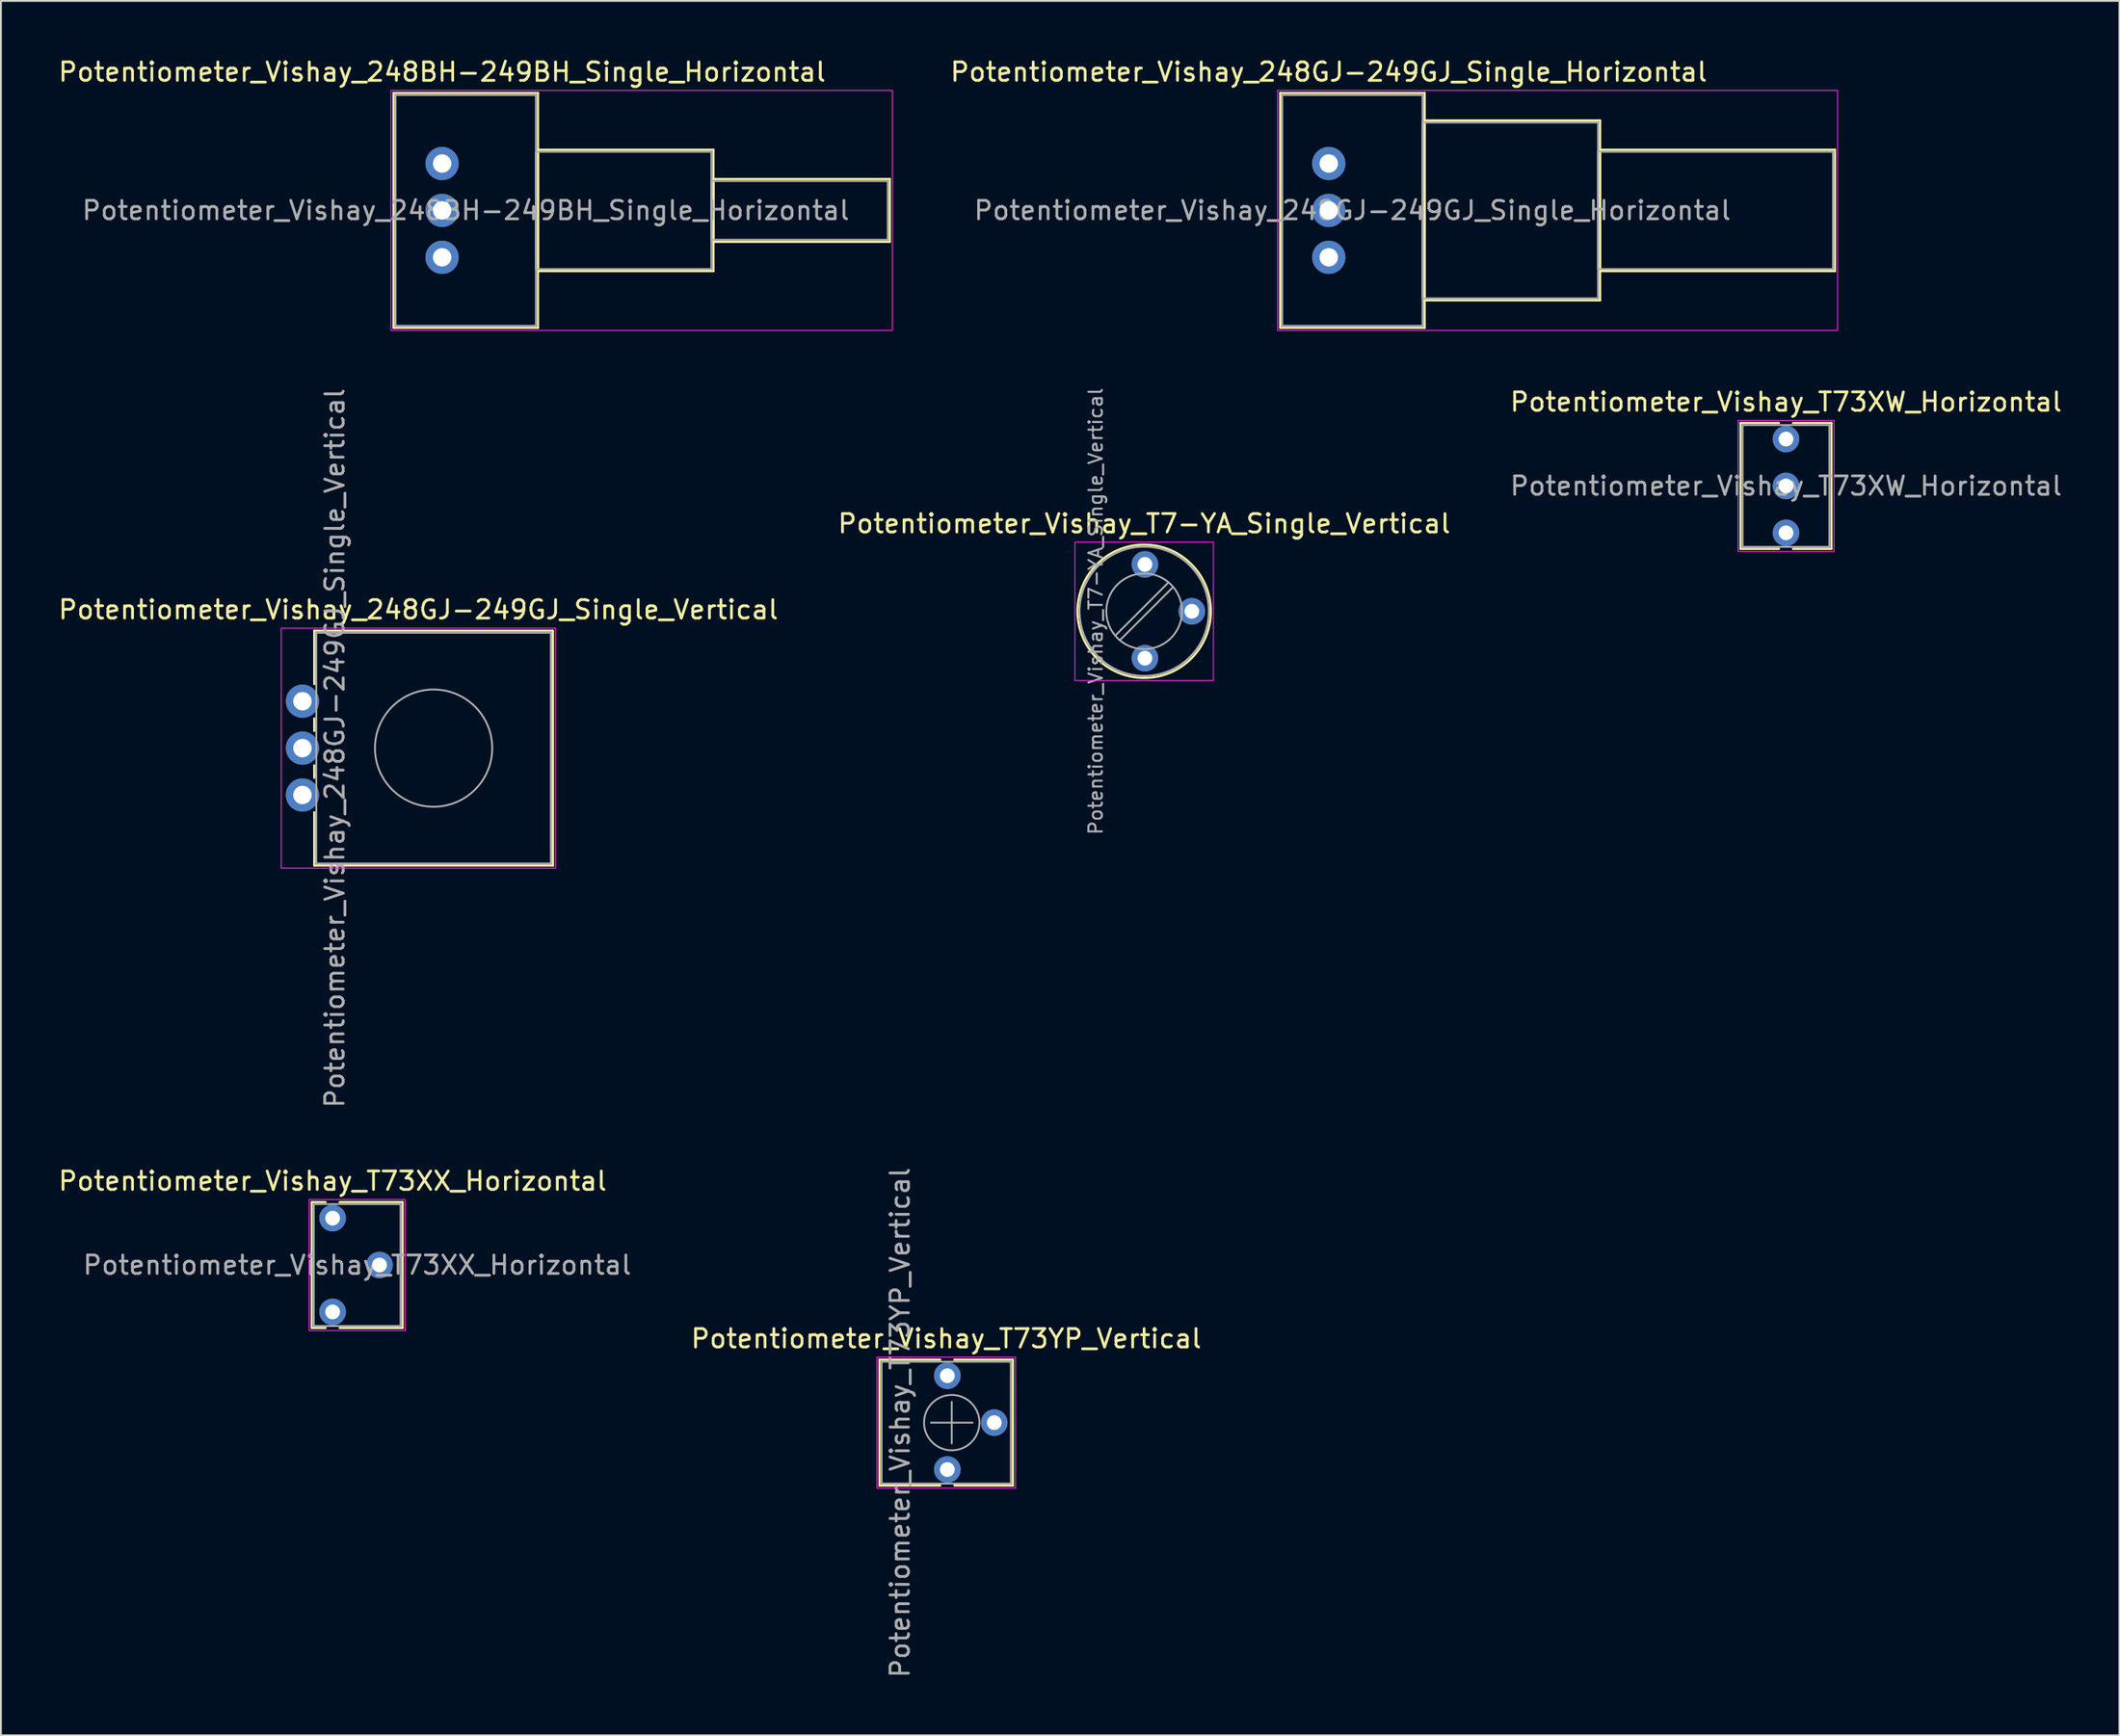
<source format=kicad_pcb>
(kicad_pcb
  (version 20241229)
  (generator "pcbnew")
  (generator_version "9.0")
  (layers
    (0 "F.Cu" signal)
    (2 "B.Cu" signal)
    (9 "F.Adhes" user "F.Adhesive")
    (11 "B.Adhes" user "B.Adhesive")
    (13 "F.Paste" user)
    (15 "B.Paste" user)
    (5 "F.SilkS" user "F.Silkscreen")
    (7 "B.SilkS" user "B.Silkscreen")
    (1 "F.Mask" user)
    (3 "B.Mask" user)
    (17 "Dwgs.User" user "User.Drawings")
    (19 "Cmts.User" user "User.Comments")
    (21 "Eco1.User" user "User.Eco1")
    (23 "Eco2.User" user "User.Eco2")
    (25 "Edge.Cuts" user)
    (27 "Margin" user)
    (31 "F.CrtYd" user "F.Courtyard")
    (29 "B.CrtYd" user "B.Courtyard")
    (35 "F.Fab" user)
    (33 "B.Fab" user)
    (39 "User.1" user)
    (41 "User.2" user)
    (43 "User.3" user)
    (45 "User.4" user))
  (footprint "Potentiometer_Vishay_248BH-249BH_Single_Horizontal"
    (layer "F.Cu")
    (at 20.887 10.888)
    (property "Reference" "Potentiometer_Vishay_248BH-249BH_Single_Horizontal" (at 0 -10.04 0) (layer "F.SilkS") (effects (font (size 1 1) (thickness 0.15))))
    (attr through_hole)
    (fp_line (start -2.63 -8.9) (end 5.19 -8.9) (stroke (width 0.12) (type solid)) (layer "F.SilkS"))
    (fp_line (start -2.63 3.82) (end -2.63 -8.9) (stroke (width 0.12) (type solid)) (layer "F.SilkS"))
    (fp_line (start 5.19 -8.9) (end 5.19 3.82) (stroke (width 0.12) (type solid)) (layer "F.SilkS"))
    (fp_line (start 5.19 -5.825) (end 14.69 -5.825) (stroke (width 0.12) (type solid)) (layer "F.SilkS"))
    (fp_line (start 5.19 0.745) (end 5.19 -5.825) (stroke (width 0.12) (type solid)) (layer "F.SilkS"))
    (fp_line (start 5.19 3.82) (end -2.63 3.82) (stroke (width 0.12) (type solid)) (layer "F.SilkS"))
    (fp_line (start 14.69 -5.825) (end 14.69 0.745) (stroke (width 0.12) (type solid)) (layer "F.SilkS"))
    (fp_line (start 14.69 -4.24) (end 24.24 -4.24) (stroke (width 0.12) (type solid)) (layer "F.SilkS"))
    (fp_line (start 14.69 -0.84) (end 14.69 -4.24) (stroke (width 0.12) (type solid)) (layer "F.SilkS"))
    (fp_line (start 14.69 0.745) (end 5.19 0.745) (stroke (width 0.12) (type solid)) (layer "F.SilkS"))
    (fp_line (start 24.24 -4.24) (end 24.24 -0.84) (stroke (width 0.12) (type solid)) (layer "F.SilkS"))
    (fp_line (start 24.24 -0.84) (end 14.69 -0.84) (stroke (width 0.12) (type solid)) (layer "F.SilkS"))
    (fp_rect (start -2.77 -9.04) (end 24.38 3.96) (stroke (width 0.05) (type solid)) (fill no) (layer "F.CrtYd"))
    (fp_rect (start -2.52 -8.79) (end 5.08 3.71) (stroke (width 0.1) (type solid)) (fill no) (layer "F.Fab"))
    (fp_rect (start 5.08 -5.715) (end 14.58 0.635) (stroke (width 0.1) (type solid)) (fill no) (layer "F.Fab"))
    (fp_rect (start 14.58 -4.13) (end 24.13 -0.95) (stroke (width 0.1) (type solid)) (fill no) (layer "F.Fab"))
    (fp_text user "${REFERENCE}" (at 1.28 -2.54 0) (layer "F.Fab") (effects (font (size 1 1) (thickness 0.15))))
    (pad "1" thru_hole circle (at 0 0) (size 1.8 1.8) (drill 1) (layers "*.Cu" "*.Mask"))
    (pad "2" thru_hole circle (at 0 -2.54) (size 1.8 1.8) (drill 1) (layers "*.Cu" "*.Mask"))
    (pad "3" thru_hole circle (at 0 -5.08) (size 1.8 1.8) (drill 1) (layers "*.Cu" "*.Mask")))
  (footprint "Potentiometer_Vishay_248GJ-249GJ_Single_Vertical"
    (layer "F.Cu")
    (at 13.326 40.014)
    (property "Reference" "Potentiometer_Vishay_248GJ-249GJ_Single_Vertical" (at 6.275 -10.04 0) (layer "F.SilkS") (effects (font (size 1 1) (thickness 0.15))))
    (attr through_hole)
    (fp_line (start 0.64 -8.9) (end 13.56 -8.9) (stroke (width 0.12) (type solid)) (layer "F.SilkS"))
    (fp_line (start 0.64 -6.011) (end 0.64 -8.9) (stroke (width 0.12) (type solid)) (layer "F.SilkS"))
    (fp_line (start 0.64 -3.471) (end 0.64 -4.149) (stroke (width 0.12) (type solid)) (layer "F.SilkS"))
    (fp_line (start 0.64 -0.931) (end 0.64 -1.609) (stroke (width 0.12) (type solid)) (layer "F.SilkS"))
    (fp_line (start 0.64 3.82) (end 0.64 0.931) (stroke (width 0.12) (type solid)) (layer "F.SilkS"))
    (fp_line (start 13.56 -8.9) (end 13.56 3.82) (stroke (width 0.12) (type solid)) (layer "F.SilkS"))
    (fp_line (start 13.56 3.82) (end 0.64 3.82) (stroke (width 0.12) (type solid)) (layer "F.SilkS"))
    (fp_rect (start -1.15 -9.04) (end 13.7 3.96) (stroke (width 0.05) (type solid)) (fill no) (layer "F.CrtYd"))
    (fp_rect (start 0.75 -8.79) (end 13.45 3.71) (stroke (width 0.1) (type solid)) (fill no) (layer "F.Fab"))
    (fp_circle (center 7.1 -2.54) (end 10.275 -2.54) (stroke (width 0.1) (type solid)) (fill no) (layer "F.Fab"))
    (fp_text user "${REFERENCE}" (at 1.75 -2.54 90) (layer "F.Fab") (effects (font (size 1 1) (thickness 0.15))))
    (pad "1" thru_hole circle (at 0 0) (size 1.8 1.8) (drill 1) (layers "*.Cu" "*.Mask"))
    (pad "2" thru_hole circle (at 0 -2.54) (size 1.8 1.8) (drill 1) (layers "*.Cu" "*.Mask"))
    (pad "3" thru_hole circle (at 0 -5.08) (size 1.8 1.8) (drill 1) (layers "*.Cu" "*.Mask")))
  (footprint "Potentiometer_Vishay_T73XW_Horizontal"
    (layer "F.Cu")
    (at 93.649 20.732)
    (property "Reference" "Potentiometer_Vishay_T73XW_Horizontal" (at 0 -2.01 0) (layer "F.SilkS") (effects (font (size 1 1) (thickness 0.15))))
    (attr through_hole)
    (fp_line (start -2.46 -0.87) (end -0.382 -0.87) (stroke (width 0.12) (type solid)) (layer "F.SilkS"))
    (fp_line (start -2.46 5.95) (end -2.46 -0.87) (stroke (width 0.12) (type solid)) (layer "F.SilkS"))
    (fp_line (start -0.382 5.95) (end -2.46 5.95) (stroke (width 0.12) (type solid)) (layer "F.SilkS"))
    (fp_line (start 0.382 -0.87) (end 2.46 -0.87) (stroke (width 0.12) (type solid)) (layer "F.SilkS"))
    (fp_line (start 2.46 -0.87) (end 2.46 5.95) (stroke (width 0.12) (type solid)) (layer "F.SilkS"))
    (fp_line (start 2.46 5.95) (end 0.382 5.95) (stroke (width 0.12) (type solid)) (layer "F.SilkS"))
    (fp_rect (start -2.6 -1.01) (end 2.6 6.09) (stroke (width 0.05) (type solid)) (fill no) (layer "F.CrtYd"))
    (fp_rect (start -2.35 -0.76) (end 2.35 5.84) (stroke (width 0.1) (type solid)) (fill no) (layer "F.Fab"))
    (fp_text user "${REFERENCE}" (at 0 2.54 0) (layer "F.Fab") (effects (font (size 1 1) (thickness 0.15))))
    (pad "1" thru_hole circle (at 0 0) (size 1.44 1.44) (drill 0.8) (layers "*.Cu" "*.Mask"))
    (pad "2" thru_hole circle (at 0 2.54) (size 1.44 1.44) (drill 0.8) (layers "*.Cu" "*.Mask"))
    (pad "3" thru_hole circle (at 0 5.08) (size 1.44 1.44) (drill 0.8) (layers "*.Cu" "*.Mask")))
  (footprint "Potentiometer_Vishay_T73XX_Horizontal"
    (layer "F.Cu")
    (at 14.958 62.934)
    (property "Reference" "Potentiometer_Vishay_T73XX_Horizontal" (at 0 -2.01 0) (layer "F.SilkS") (effects (font (size 1 1) (thickness 0.15))))
    (attr through_hole)
    (fp_line (start -1.13 -0.87) (end -0.382 -0.87) (stroke (width 0.12) (type solid)) (layer "F.SilkS"))
    (fp_line (start -1.13 5.95) (end -1.13 -0.87) (stroke (width 0.12) (type solid)) (layer "F.SilkS"))
    (fp_line (start -0.382 5.95) (end -1.13 5.95) (stroke (width 0.12) (type solid)) (layer "F.SilkS"))
    (fp_line (start 0.382 -0.87) (end 3.79 -0.87) (stroke (width 0.12) (type solid)) (layer "F.SilkS"))
    (fp_line (start 3.79 -0.87) (end 3.79 5.95) (stroke (width 0.12) (type solid)) (layer "F.SilkS"))
    (fp_line (start 3.79 5.95) (end 0.382 5.95) (stroke (width 0.12) (type solid)) (layer "F.SilkS"))
    (fp_rect (start -1.27 -1.01) (end 3.93 6.09) (stroke (width 0.05) (type solid)) (fill no) (layer "F.CrtYd"))
    (fp_rect (start -1.02 -0.76) (end 3.68 5.84) (stroke (width 0.1) (type solid)) (fill no) (layer "F.Fab"))
    (fp_text user "${REFERENCE}" (at 1.33 2.54 0) (layer "F.Fab") (effects (font (size 1 1) (thickness 0.15))))
    (pad "1" thru_hole circle (at 0 0) (size 1.44 1.44) (drill 0.8) (layers "*.Cu" "*.Mask"))
    (pad "2" thru_hole circle (at 2.54 2.54) (size 1.44 1.44) (drill 0.8) (layers "*.Cu" "*.Mask"))
    (pad "3" thru_hole circle (at 0 5.08) (size 1.44 1.44) (drill 0.8) (layers "*.Cu" "*.Mask")))
  (footprint "Potentiometer_Vishay_T73YP_Vertical"
    (layer "F.Cu")
    (at 48.241 76.55)
    (property "Reference" "Potentiometer_Vishay_T73YP_Vertical" (at -0.06 -7.09 0) (layer "F.SilkS") (effects (font (size 1 1) (thickness 0.15))))
    (attr through_hole)
    (fp_line (start -3.67 -5.95) (end -0.382 -5.95) (stroke (width 0.12) (type solid)) (layer "F.SilkS"))
    (fp_line (start -3.67 0.87) (end -3.67 -5.95) (stroke (width 0.12) (type solid)) (layer "F.SilkS"))
    (fp_line (start -0.382 0.87) (end -3.67 0.87) (stroke (width 0.12) (type solid)) (layer "F.SilkS"))
    (fp_line (start 0.382 -5.95) (end 3.55 -5.95) (stroke (width 0.12) (type solid)) (layer "F.SilkS"))
    (fp_line (start 3.55 -5.95) (end 3.55 0.87) (stroke (width 0.12) (type solid)) (layer "F.SilkS"))
    (fp_line (start 3.55 0.87) (end 0.382 0.87) (stroke (width 0.12) (type solid)) (layer "F.SilkS"))
    (fp_rect (start -3.81 -6.09) (end 3.69 1.01) (stroke (width 0.05) (type solid)) (fill no) (layer "F.CrtYd"))
    (fp_line (start -0.885 -2.54) (end 1.365 -2.54) (stroke (width 0.1) (type solid)) (layer "F.Fab"))
    (fp_line (start 0.24 -3.665) (end 0.24 -1.415) (stroke (width 0.1) (type solid)) (layer "F.Fab"))
    (fp_rect (start -3.56 -5.84) (end 3.44 0.76) (stroke (width 0.1) (type solid)) (fill no) (layer "F.Fab"))
    (fp_circle (center 0.24 -2.54) (end 1.74 -2.54) (stroke (width 0.1) (type solid)) (fill no) (layer "F.Fab"))
    (fp_text user "${REFERENCE}" (at -2.56 -2.54 90) (layer "F.Fab") (effects (font (size 1 1) (thickness 0.15))))
    (pad "1" thru_hole circle (at 0 0) (size 1.44 1.44) (drill 0.8) (layers "*.Cu" "*.Mask"))
    (pad "2" thru_hole circle (at 2.54 -2.54) (size 1.44 1.44) (drill 0.8) (layers "*.Cu" "*.Mask"))
    (pad "3" thru_hole circle (at 0 -5.08) (size 1.44 1.44) (drill 0.8) (layers "*.Cu" "*.Mask")))
  (footprint "Potentiometer_Vishay_T7-YA_Single_Vertical"
    (layer "F.Cu")
    (at 58.939 32.602)
    (property "Reference" "Potentiometer_Vishay_T7-YA_Single_Vertical" (at -0.04 -7.29 0) (layer "F.SilkS") (effects (font (size 1 1) (thickness 0.15))))
    (attr through_hole)
    (fp_circle (center -0.04 -2.54) (end 3.57 -2.54) (stroke (width 0.12) (type solid)) (fill no) (layer "F.SilkS"))
    (fp_rect (start -3.79 -6.29) (end 3.71 1.21) (stroke (width 0.05) (type solid)) (fill no) (layer "F.CrtYd"))
    (fp_line (start 1.265 -4.095) (end -1.595 -1.235) (stroke (width 0.1) (type solid)) (layer "F.Fab"))
    (fp_line (start 1.515 -3.845) (end -1.345 -0.985) (stroke (width 0.1) (type solid)) (layer "F.Fab"))
    (fp_circle (center -0.04 -2.54) (end 2.01 -2.54) (stroke (width 0.1) (type solid)) (fill no) (layer "F.Fab"))
    (fp_circle (center -0.04 -2.54) (end 3.46 -2.54) (stroke (width 0.1) (type solid)) (fill no) (layer "F.Fab"))
    (fp_text user "${REFERENCE}" (at -2.664 -2.54 90) (layer "F.Fab") (effects (font (size 0.73 0.73) (thickness 0.11))))
    (pad "1" thru_hole circle (at 0 0) (size 1.44 1.44) (drill 0.8) (layers "*.Cu" "*.Mask"))
    (pad "2" thru_hole circle (at 2.54 -2.54) (size 1.44 1.44) (drill 0.8) (layers "*.Cu" "*.Mask"))
    (pad "3" thru_hole circle (at 0 -5.08) (size 1.44 1.44) (drill 0.8) (layers "*.Cu" "*.Mask")))
  (footprint "Potentiometer_Vishay_248GJ-249GJ_Single_Horizontal"
    (layer "F.Cu")
    (at 68.893 10.888)
    (property "Reference" "Potentiometer_Vishay_248GJ-249GJ_Single_Horizontal" (at 0 -10.04 0) (layer "F.SilkS") (effects (font (size 1 1) (thickness 0.15))))
    (attr through_hole)
    (fp_line (start -2.63 -8.9) (end 5.19 -8.9) (stroke (width 0.12) (type solid)) (layer "F.SilkS"))
    (fp_line (start -2.63 3.82) (end -2.63 -8.9) (stroke (width 0.12) (type solid)) (layer "F.SilkS"))
    (fp_line (start 5.19 -8.9) (end 5.19 3.82) (stroke (width 0.12) (type solid)) (layer "F.SilkS"))
    (fp_line (start 5.19 -7.412) (end 14.69 -7.412) (stroke (width 0.12) (type solid)) (layer "F.SilkS"))
    (fp_line (start 5.19 2.332) (end 5.19 -7.412) (stroke (width 0.12) (type solid)) (layer "F.SilkS"))
    (fp_line (start 5.19 3.82) (end -2.63 3.82) (stroke (width 0.12) (type solid)) (layer "F.SilkS"))
    (fp_line (start 14.69 -7.412) (end 14.69 2.332) (stroke (width 0.12) (type solid)) (layer "F.SilkS"))
    (fp_line (start 14.69 -5.825) (end 27.41 -5.825) (stroke (width 0.12) (type solid)) (layer "F.SilkS"))
    (fp_line (start 14.69 0.745) (end 14.69 -5.825) (stroke (width 0.12) (type solid)) (layer "F.SilkS"))
    (fp_line (start 14.69 2.332) (end 5.19 2.332) (stroke (width 0.12) (type solid)) (layer "F.SilkS"))
    (fp_line (start 27.41 -5.825) (end 27.41 0.745) (stroke (width 0.12) (type solid)) (layer "F.SilkS"))
    (fp_line (start 27.41 0.745) (end 14.69 0.745) (stroke (width 0.12) (type solid)) (layer "F.SilkS"))
    (fp_rect (start -2.77 -9.04) (end 27.55 3.96) (stroke (width 0.05) (type solid)) (fill no) (layer "F.CrtYd"))
    (fp_rect (start -2.52 -8.79) (end 5.08 3.71) (stroke (width 0.1) (type solid)) (fill no) (layer "F.Fab"))
    (fp_rect (start 5.08 -7.303) (end 14.58 2.223) (stroke (width 0.1) (type solid)) (fill no) (layer "F.Fab"))
    (fp_rect (start 14.58 -5.715) (end 27.3 0.635) (stroke (width 0.1) (type solid)) (fill no) (layer "F.Fab"))
    (fp_text user "${REFERENCE}" (at 1.28 -2.54 0) (layer "F.Fab") (effects (font (size 1 1) (thickness 0.15))))
    (pad "1" thru_hole circle (at 0 0) (size 1.8 1.8) (drill 1) (layers "*.Cu" "*.Mask"))
    (pad "2" thru_hole circle (at 0 -2.54) (size 1.8 1.8) (drill 1) (layers "*.Cu" "*.Mask"))
    (pad "3" thru_hole circle (at 0 -5.08) (size 1.8 1.8) (drill 1) (layers "*.Cu" "*.Mask")))
  (gr_rect
    (start -3 -3)
    (end 111.702 90.945)
    (stroke (width 0.1) (type default))
    (fill no)
    (layer "Edge.Cuts")))
</source>
